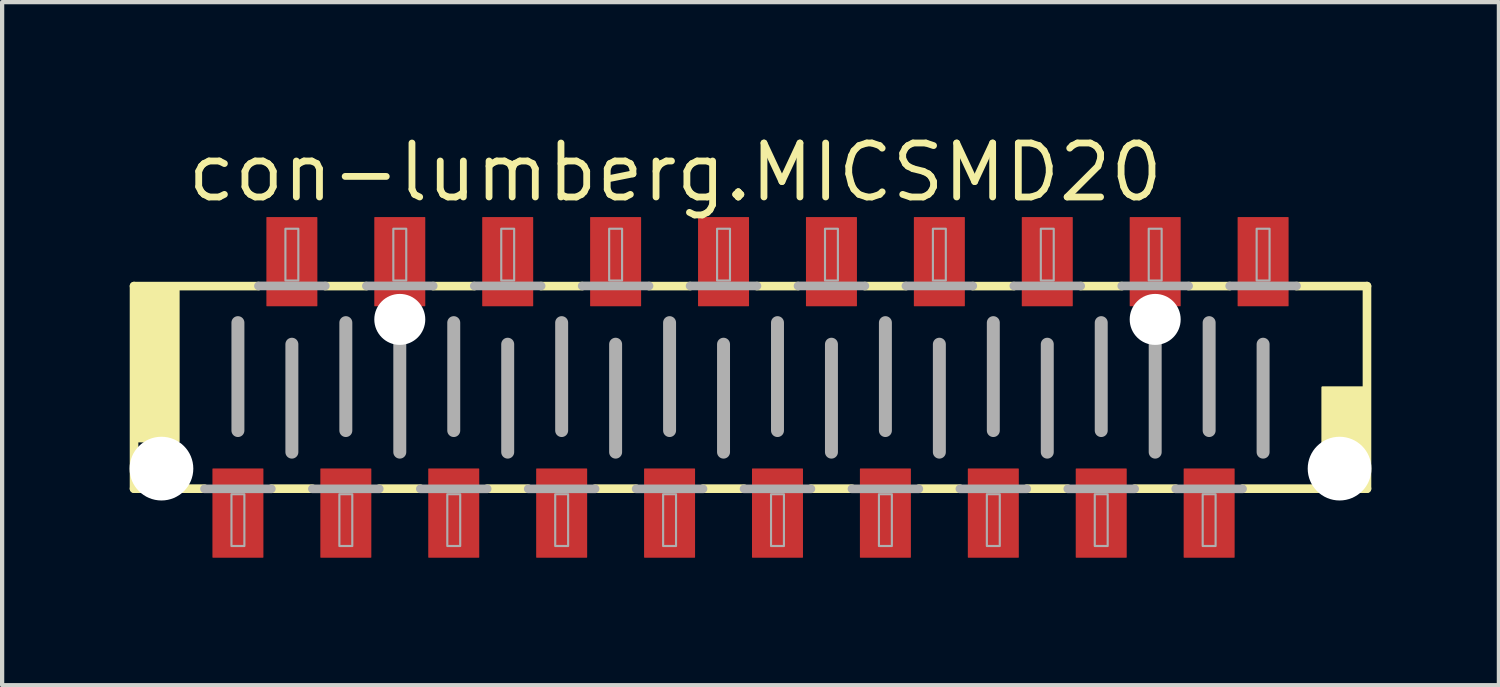
<source format=kicad_pcb>
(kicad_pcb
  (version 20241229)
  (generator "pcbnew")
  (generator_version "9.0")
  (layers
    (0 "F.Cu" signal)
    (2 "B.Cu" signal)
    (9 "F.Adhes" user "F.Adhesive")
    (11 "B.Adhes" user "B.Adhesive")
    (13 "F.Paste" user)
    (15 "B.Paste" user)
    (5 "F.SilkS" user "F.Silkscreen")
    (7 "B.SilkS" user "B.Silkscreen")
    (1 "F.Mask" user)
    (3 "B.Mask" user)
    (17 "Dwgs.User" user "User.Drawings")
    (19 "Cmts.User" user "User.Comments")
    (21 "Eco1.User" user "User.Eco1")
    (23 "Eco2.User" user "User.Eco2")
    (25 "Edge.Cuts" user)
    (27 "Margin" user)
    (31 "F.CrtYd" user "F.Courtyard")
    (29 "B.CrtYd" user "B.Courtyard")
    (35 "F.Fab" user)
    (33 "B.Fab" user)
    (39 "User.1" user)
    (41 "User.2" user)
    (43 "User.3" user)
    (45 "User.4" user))
  (footprint "con-lumberg.MICSMD20"
    (layer "F.Cu")
    (at 14.615 6.068)
    (property "Reference" "con-lumberg.MICSMD20" (at -13.335 -4.318 0) (layer "F.SilkS") (effects (font (size 1.27 1.27) (thickness 0.16)) (justify left bottom)))
    (attr smd)
    (fp_line (start -14.51 -2.384) (end -11.582 -2.384) (stroke (width 0.203) (type default)) (layer "F.SilkS"))
    (fp_line (start -14.51 2.384) (end -14.51 -2.384) (stroke (width 0.203) (type default)) (layer "F.SilkS"))
    (fp_line (start -12.852 2.384) (end -14.51 2.384) (stroke (width 0.203) (type default)) (layer "F.SilkS"))
    (fp_line (start -10.312 2.384) (end -11.278 2.384) (stroke (width 0.203) (type default)) (layer "F.SilkS"))
    (fp_line (start -10.008 -2.384) (end -9.042 -2.384) (stroke (width 0.203) (type default)) (layer "F.SilkS"))
    (fp_line (start -7.772 2.384) (end -8.738 2.384) (stroke (width 0.203) (type default)) (layer "F.SilkS"))
    (fp_line (start -7.468 -2.384) (end -6.502 -2.384) (stroke (width 0.203) (type default)) (layer "F.SilkS"))
    (fp_line (start -5.232 2.384) (end -6.198 2.384) (stroke (width 0.203) (type default)) (layer "F.SilkS"))
    (fp_line (start -4.928 -2.384) (end -3.962 -2.384) (stroke (width 0.203) (type default)) (layer "F.SilkS"))
    (fp_line (start -2.692 2.384) (end -3.658 2.384) (stroke (width 0.203) (type default)) (layer "F.SilkS"))
    (fp_line (start -2.388 -2.384) (end -1.422 -2.384) (stroke (width 0.203) (type default)) (layer "F.SilkS"))
    (fp_line (start -0.152 2.384) (end -1.118 2.384) (stroke (width 0.203) (type default)) (layer "F.SilkS"))
    (fp_line (start 0.152 -2.384) (end 1.118 -2.384) (stroke (width 0.203) (type default)) (layer "F.SilkS"))
    (fp_line (start 2.388 2.384) (end 1.422 2.384) (stroke (width 0.203) (type default)) (layer "F.SilkS"))
    (fp_line (start 2.692 -2.384) (end 3.658 -2.384) (stroke (width 0.203) (type default)) (layer "F.SilkS"))
    (fp_line (start 4.928 2.384) (end 3.962 2.384) (stroke (width 0.203) (type default)) (layer "F.SilkS"))
    (fp_line (start 5.232 -2.384) (end 6.198 -2.384) (stroke (width 0.203) (type default)) (layer "F.SilkS"))
    (fp_line (start 7.468 2.384) (end 6.502 2.384) (stroke (width 0.203) (type default)) (layer "F.SilkS"))
    (fp_line (start 7.772 -2.384) (end 8.738 -2.384) (stroke (width 0.203) (type default)) (layer "F.SilkS"))
    (fp_line (start 10.008 2.384) (end 9.042 2.384) (stroke (width 0.203) (type default)) (layer "F.SilkS"))
    (fp_line (start 10.312 -2.384) (end 11.278 -2.384) (stroke (width 0.203) (type default)) (layer "F.SilkS"))
    (fp_line (start 12.852 -2.384) (end 14.51 -2.384) (stroke (width 0.203) (type default)) (layer "F.SilkS"))
    (fp_line (start 14.51 -2.384) (end 14.51 2.384) (stroke (width 0.203) (type default)) (layer "F.SilkS"))
    (fp_line (start 14.51 2.384) (end 11.582 2.384) (stroke (width 0.203) (type default)) (layer "F.SilkS"))
    (fp_rect (start -14.478 1.27) (end -13.462 -2.286) (stroke (width 0.05) (type default)) (fill yes) (layer "F.SilkS"))
    (fp_rect (start 13.462 2.286) (end 14.478 0) (stroke (width 0.05) (type default)) (fill yes) (layer "F.SilkS"))
    (fp_line (start -12.065 -1.524) (end -12.065 1.016) (stroke (width 0.305) (type default)) (layer "F.Fab"))
    (fp_line (start -11.582 -2.388) (end -10.008 -2.388) (stroke (width 0.203) (type default)) (layer "F.Fab"))
    (fp_line (start -11.278 2.388) (end -12.852 2.388) (stroke (width 0.203) (type default)) (layer "F.Fab"))
    (fp_line (start -10.795 -1.016) (end -10.795 1.524) (stroke (width 0.305) (type default)) (layer "F.Fab"))
    (fp_line (start -9.525 -1.524) (end -9.525 1.016) (stroke (width 0.305) (type default)) (layer "F.Fab"))
    (fp_line (start -9.042 -2.388) (end -7.468 -2.388) (stroke (width 0.203) (type default)) (layer "F.Fab"))
    (fp_line (start -8.738 2.388) (end -10.312 2.388) (stroke (width 0.203) (type default)) (layer "F.Fab"))
    (fp_line (start -8.255 -1.016) (end -8.255 1.524) (stroke (width 0.305) (type default)) (layer "F.Fab"))
    (fp_line (start -6.985 -1.524) (end -6.985 1.016) (stroke (width 0.305) (type default)) (layer "F.Fab"))
    (fp_line (start -6.502 -2.388) (end -4.928 -2.388) (stroke (width 0.203) (type default)) (layer "F.Fab"))
    (fp_line (start -6.198 2.388) (end -7.772 2.388) (stroke (width 0.203) (type default)) (layer "F.Fab"))
    (fp_line (start -5.715 -1.016) (end -5.715 1.524) (stroke (width 0.305) (type default)) (layer "F.Fab"))
    (fp_line (start -4.445 -1.524) (end -4.445 1.016) (stroke (width 0.305) (type default)) (layer "F.Fab"))
    (fp_line (start -3.962 -2.388) (end -2.388 -2.388) (stroke (width 0.203) (type default)) (layer "F.Fab"))
    (fp_line (start -3.658 2.388) (end -5.232 2.388) (stroke (width 0.203) (type default)) (layer "F.Fab"))
    (fp_line (start -3.175 -1.016) (end -3.175 1.524) (stroke (width 0.305) (type default)) (layer "F.Fab"))
    (fp_line (start -1.905 -1.524) (end -1.905 1.016) (stroke (width 0.305) (type default)) (layer "F.Fab"))
    (fp_line (start -1.422 -2.388) (end 0.152 -2.388) (stroke (width 0.203) (type default)) (layer "F.Fab"))
    (fp_line (start -1.118 2.388) (end -2.692 2.388) (stroke (width 0.203) (type default)) (layer "F.Fab"))
    (fp_line (start -0.635 -1.016) (end -0.635 1.524) (stroke (width 0.305) (type default)) (layer "F.Fab"))
    (fp_line (start 0.635 -1.524) (end 0.635 1.016) (stroke (width 0.305) (type default)) (layer "F.Fab"))
    (fp_line (start 1.118 -2.388) (end 2.692 -2.388) (stroke (width 0.203) (type default)) (layer "F.Fab"))
    (fp_line (start 1.422 2.388) (end -0.152 2.388) (stroke (width 0.203) (type default)) (layer "F.Fab"))
    (fp_line (start 1.905 -1.016) (end 1.905 1.524) (stroke (width 0.305) (type default)) (layer "F.Fab"))
    (fp_line (start 3.175 -1.524) (end 3.175 1.016) (stroke (width 0.305) (type default)) (layer "F.Fab"))
    (fp_line (start 3.658 -2.388) (end 5.232 -2.388) (stroke (width 0.203) (type default)) (layer "F.Fab"))
    (fp_line (start 3.962 2.388) (end 2.388 2.388) (stroke (width 0.203) (type default)) (layer "F.Fab"))
    (fp_line (start 4.445 -1.016) (end 4.445 1.524) (stroke (width 0.305) (type default)) (layer "F.Fab"))
    (fp_line (start 5.715 -1.524) (end 5.715 1.016) (stroke (width 0.305) (type default)) (layer "F.Fab"))
    (fp_line (start 6.198 -2.388) (end 7.772 -2.388) (stroke (width 0.203) (type default)) (layer "F.Fab"))
    (fp_line (start 6.502 2.388) (end 4.928 2.388) (stroke (width 0.203) (type default)) (layer "F.Fab"))
    (fp_line (start 6.985 -1.016) (end 6.985 1.524) (stroke (width 0.305) (type default)) (layer "F.Fab"))
    (fp_line (start 8.255 -1.524) (end 8.255 1.016) (stroke (width 0.305) (type default)) (layer "F.Fab"))
    (fp_line (start 8.738 -2.388) (end 10.312 -2.388) (stroke (width 0.203) (type default)) (layer "F.Fab"))
    (fp_line (start 9.042 2.388) (end 7.468 2.388) (stroke (width 0.203) (type default)) (layer "F.Fab"))
    (fp_line (start 9.525 -1.016) (end 9.525 1.524) (stroke (width 0.305) (type default)) (layer "F.Fab"))
    (fp_line (start 10.795 -1.524) (end 10.795 1.016) (stroke (width 0.305) (type default)) (layer "F.Fab"))
    (fp_line (start 11.278 -2.388) (end 12.852 -2.388) (stroke (width 0.203) (type default)) (layer "F.Fab"))
    (fp_line (start 11.582 2.388) (end 10.008 2.388) (stroke (width 0.203) (type default)) (layer "F.Fab"))
    (fp_line (start 12.065 -1.016) (end 12.065 1.524) (stroke (width 0.305) (type default)) (layer "F.Fab"))
    (fp_rect (start -12.217 3.734) (end -11.913 2.515) (stroke (width 0.05) (type default)) (fill no) (layer "F.Fab"))
    (fp_rect (start -10.947 -2.515) (end -10.643 -3.734) (stroke (width 0.05) (type default)) (fill no) (layer "F.Fab"))
    (fp_rect (start -9.677 3.734) (end -9.373 2.515) (stroke (width 0.05) (type default)) (fill no) (layer "F.Fab"))
    (fp_rect (start -8.407 -2.515) (end -8.103 -3.734) (stroke (width 0.05) (type default)) (fill no) (layer "F.Fab"))
    (fp_rect (start -7.137 3.734) (end -6.833 2.515) (stroke (width 0.05) (type default)) (fill no) (layer "F.Fab"))
    (fp_rect (start -5.867 -2.515) (end -5.563 -3.734) (stroke (width 0.05) (type default)) (fill no) (layer "F.Fab"))
    (fp_rect (start -4.597 3.734) (end -4.293 2.515) (stroke (width 0.05) (type default)) (fill no) (layer "F.Fab"))
    (fp_rect (start -3.327 -2.515) (end -3.023 -3.734) (stroke (width 0.05) (type default)) (fill no) (layer "F.Fab"))
    (fp_rect (start -2.057 3.734) (end -1.753 2.515) (stroke (width 0.05) (type default)) (fill no) (layer "F.Fab"))
    (fp_rect (start -0.787 -2.515) (end -0.483 -3.734) (stroke (width 0.05) (type default)) (fill no) (layer "F.Fab"))
    (fp_rect (start 0.483 3.734) (end 0.787 2.515) (stroke (width 0.05) (type default)) (fill no) (layer "F.Fab"))
    (fp_rect (start 1.753 -2.515) (end 2.057 -3.734) (stroke (width 0.05) (type default)) (fill no) (layer "F.Fab"))
    (fp_rect (start 3.023 3.734) (end 3.327 2.515) (stroke (width 0.05) (type default)) (fill no) (layer "F.Fab"))
    (fp_rect (start 4.293 -2.515) (end 4.597 -3.734) (stroke (width 0.05) (type default)) (fill no) (layer "F.Fab"))
    (fp_rect (start 5.563 3.734) (end 5.867 2.515) (stroke (width 0.05) (type default)) (fill no) (layer "F.Fab"))
    (fp_rect (start 6.833 -2.515) (end 7.137 -3.734) (stroke (width 0.05) (type default)) (fill no) (layer "F.Fab"))
    (fp_rect (start 8.103 3.734) (end 8.407 2.515) (stroke (width 0.05) (type default)) (fill no) (layer "F.Fab"))
    (fp_rect (start 9.373 -2.515) (end 9.677 -3.734) (stroke (width 0.05) (type default)) (fill no) (layer "F.Fab"))
    (fp_rect (start 10.643 3.734) (end 10.947 2.515) (stroke (width 0.05) (type default)) (fill no) (layer "F.Fab"))
    (fp_rect (start 11.913 -2.515) (end 12.217 -3.734) (stroke (width 0.05) (type default)) (fill no) (layer "F.Fab"))
    (pad "" np_thru_hole circle (at -13.865 1.912) (size 1.5 1.5) (drill 1.5) (layers "*.Cu" "*.Mask"))
    (pad "" np_thru_hole circle (at -8.255 -1.6) (size 1.2 1.2) (drill 1.2) (layers "*.Cu" "*.Mask"))
    (pad "" np_thru_hole circle (at 9.525 -1.6) (size 1.2 1.2) (drill 1.2) (layers "*.Cu" "*.Mask"))
    (pad "" np_thru_hole circle (at 13.865 1.912) (size 1.5 1.5) (drill 1.5) (layers "*.Cu" "*.Mask"))
    (pad "1" smd roundrect (at -12.065 2.959) (size 1.2 2.1) (layers "F.Cu" "F.Mask" "F.Paste") (roundrect_rratio 0.01))
    (pad "2" smd roundrect (at -10.795 -2.959) (size 1.2 2.1) (layers "F.Cu" "F.Mask" "F.Paste") (roundrect_rratio 0.01))
    (pad "3" smd roundrect (at -9.525 2.959) (size 1.2 2.1) (layers "F.Cu" "F.Mask" "F.Paste") (roundrect_rratio 0.01))
    (pad "4" smd roundrect (at -8.255 -2.959) (size 1.2 2.1) (layers "F.Cu" "F.Mask" "F.Paste") (roundrect_rratio 0.01))
    (pad "5" smd roundrect (at -6.985 2.959) (size 1.2 2.1) (layers "F.Cu" "F.Mask" "F.Paste") (roundrect_rratio 0.01))
    (pad "6" smd roundrect (at -5.715 -2.959) (size 1.2 2.1) (layers "F.Cu" "F.Mask" "F.Paste") (roundrect_rratio 0.01))
    (pad "7" smd roundrect (at -4.445 2.959) (size 1.2 2.1) (layers "F.Cu" "F.Mask" "F.Paste") (roundrect_rratio 0.01))
    (pad "8" smd roundrect (at -3.175 -2.959) (size 1.2 2.1) (layers "F.Cu" "F.Mask" "F.Paste") (roundrect_rratio 0.01))
    (pad "9" smd roundrect (at -1.905 2.959) (size 1.2 2.1) (layers "F.Cu" "F.Mask" "F.Paste") (roundrect_rratio 0.01))
    (pad "10" smd roundrect (at -0.635 -2.959) (size 1.2 2.1) (layers "F.Cu" "F.Mask" "F.Paste") (roundrect_rratio 0.01))
    (pad "11" smd roundrect (at 0.635 2.959) (size 1.2 2.1) (layers "F.Cu" "F.Mask" "F.Paste") (roundrect_rratio 0.01))
    (pad "12" smd roundrect (at 1.905 -2.959) (size 1.2 2.1) (layers "F.Cu" "F.Mask" "F.Paste") (roundrect_rratio 0.01))
    (pad "13" smd roundrect (at 3.175 2.959) (size 1.2 2.1) (layers "F.Cu" "F.Mask" "F.Paste") (roundrect_rratio 0.01))
    (pad "14" smd roundrect (at 4.445 -2.959) (size 1.2 2.1) (layers "F.Cu" "F.Mask" "F.Paste") (roundrect_rratio 0.01))
    (pad "15" smd roundrect (at 5.715 2.959) (size 1.2 2.1) (layers "F.Cu" "F.Mask" "F.Paste") (roundrect_rratio 0.01))
    (pad "16" smd roundrect (at 6.985 -2.959) (size 1.2 2.1) (layers "F.Cu" "F.Mask" "F.Paste") (roundrect_rratio 0.01))
    (pad "17" smd roundrect (at 8.255 2.959) (size 1.2 2.1) (layers "F.Cu" "F.Mask" "F.Paste") (roundrect_rratio 0.01))
    (pad "18" smd roundrect (at 9.525 -2.959) (size 1.2 2.1) (layers "F.Cu" "F.Mask" "F.Paste") (roundrect_rratio 0.01))
    (pad "19" smd roundrect (at 10.795 2.959) (size 1.2 2.1) (layers "F.Cu" "F.Mask" "F.Paste") (roundrect_rratio 0.01))
    (pad "20" smd roundrect (at 12.065 -2.959) (size 1.2 2.1) (layers "F.Cu" "F.Mask" "F.Paste") (roundrect_rratio 0.01)))
  (gr_rect
    (start -3 -3)
    (end 32.23 13.077)
    (stroke (width 0.1) (type default))
    (fill no)
    (layer "Edge.Cuts")))
</source>
